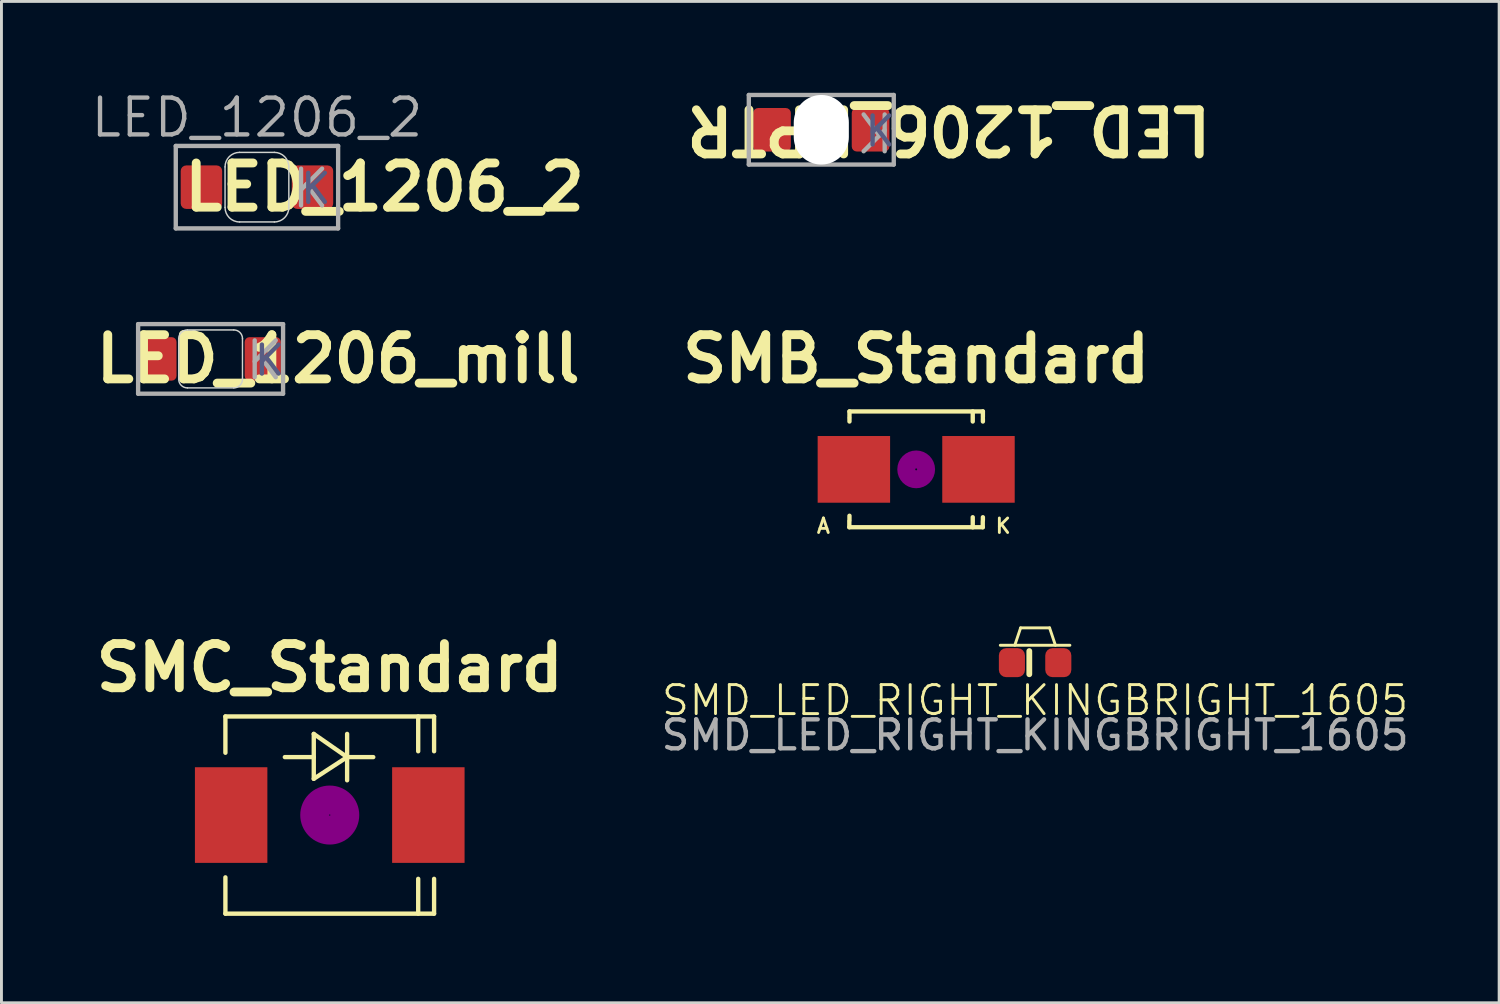
<source format=kicad_pcb>
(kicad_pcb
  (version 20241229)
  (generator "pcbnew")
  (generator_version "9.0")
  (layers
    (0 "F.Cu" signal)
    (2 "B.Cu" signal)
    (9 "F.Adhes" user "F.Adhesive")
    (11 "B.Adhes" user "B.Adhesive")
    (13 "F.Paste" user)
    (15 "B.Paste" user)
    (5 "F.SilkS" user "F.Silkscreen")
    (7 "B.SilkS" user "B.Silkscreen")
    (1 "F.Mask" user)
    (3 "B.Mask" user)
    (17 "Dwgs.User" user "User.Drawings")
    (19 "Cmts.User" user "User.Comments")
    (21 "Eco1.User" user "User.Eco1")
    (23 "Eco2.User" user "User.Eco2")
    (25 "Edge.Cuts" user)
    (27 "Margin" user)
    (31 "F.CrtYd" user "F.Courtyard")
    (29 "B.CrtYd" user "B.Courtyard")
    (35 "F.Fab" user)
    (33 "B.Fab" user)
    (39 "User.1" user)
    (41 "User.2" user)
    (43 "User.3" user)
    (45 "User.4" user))
  (footprint "LED_1206_KPTR"
    (layer "F.Cu")
    (at 25.279 1.426)
    (property "Reference" "LED_1206_KPTR" (at 4.4 0 180) (unlocked yes) (layer "F.SilkS") (effects (font (size 1.524 1.524) (thickness 0.305))))
    (attr smd)
    (fp_line (start -2.5 -1.2) (end 2.5 -1.2) (stroke (width 0.15) (type solid)) (layer "F.Fab"))
    (fp_line (start -2.5 1.2) (end -2.5 -1.2) (stroke (width 0.15) (type solid)) (layer "F.Fab"))
    (fp_line (start 2.5 -1.2) (end 2.5 1.2) (stroke (width 0.15) (type solid)) (layer "F.Fab"))
    (fp_line (start 2.5 1.2) (end -2.5 1.2) (stroke (width 0.15) (type solid)) (layer "F.Fab"))
    (fp_text user "K" (at 2.032 0.051 0) (unlocked yes) (layer "B.Fab") (effects (font (size 1 1) (thickness 0.15))))
    (fp_text user "K" (at 1.854 0.051 180) (unlocked yes) (layer "F.Fab") (effects (font (size 1.27 1.27) (thickness 0.15))))
    (pad "" np_thru_hole oval (at 0 0) (size 1.9 2.4) (drill oval 1.9 2.4) (layers "*.Cu" "*.Mask"))
    (pad "1" smd roundrect (at 1.7 0 180) (size 1.3 1.5) (layers "F.Cu" "F.Mask" "F.Paste") (roundrect_rratio 0.133))
    (pad "2" smd roundrect (at -1.7 0) (size 1.3 1.5) (layers "F.Cu" "F.Mask" "F.Paste") (roundrect_rratio 0.133)))
  (footprint "SMC_Standard"
    (layer "F.Cu")
    (at 8.324 25.064)
    (property "Reference" "SMC_Standard" (at 0 -5.08 0) (layer "F.SilkS") (effects (font (size 1.524 1.524) (thickness 0.305))))
    (attr smd)
    (fp_line (start -3.599 -3.401) (end -3.599 -2.149) (stroke (width 0.15) (type solid)) (layer "F.SilkS"))
    (fp_line (start -3.599 -3.401) (end 3.599 -3.401) (stroke (width 0.15) (type solid)) (layer "F.SilkS"))
    (fp_line (start -3.599 3.401) (end -3.599 2.149) (stroke (width 0.15) (type solid)) (layer "F.SilkS"))
    (fp_line (start -3.599 3.401) (end 3.599 3.401) (stroke (width 0.15) (type solid)) (layer "F.SilkS"))
    (fp_line (start -0.551 -1.999) (end -1.549 -1.999) (stroke (width 0.15) (type solid)) (layer "F.SilkS"))
    (fp_line (start -0.551 -1.25) (end -0.551 -2.799) (stroke (width 0.15) (type solid)) (layer "F.SilkS"))
    (fp_line (start 0.599 -2.799) (end 0.599 -1.199) (stroke (width 0.15) (type solid)) (layer "F.SilkS"))
    (fp_line (start 0.599 -1.999) (end -0.551 -2.799) (stroke (width 0.15) (type solid)) (layer "F.SilkS"))
    (fp_line (start 0.599 -1.999) (end -0.551 -1.25) (stroke (width 0.15) (type solid)) (layer "F.SilkS"))
    (fp_line (start 0.599 -1.999) (end 1.501 -1.999) (stroke (width 0.15) (type solid)) (layer "F.SilkS"))
    (fp_line (start 3.051 -3.401) (end 3.051 -2.2) (stroke (width 0.15) (type solid)) (layer "F.SilkS"))
    (fp_line (start 3.051 3.401) (end 3.051 2.2) (stroke (width 0.15) (type solid)) (layer "F.SilkS"))
    (fp_line (start 3.599 -3.401) (end 3.599 -2.2) (stroke (width 0.15) (type solid)) (layer "F.SilkS"))
    (fp_line (start 3.599 3.401) (end 3.599 2.2) (stroke (width 0.15) (type solid)) (layer "F.SilkS"))
    (fp_circle (center 0 0) (end 0.15 0.15) (stroke (width 0.381) (type solid)) (fill no) (layer "F.Adhes"))
    (fp_circle (center 0 0) (end 0.45 0.201) (stroke (width 0.381) (type solid)) (fill no) (layer "F.Adhes"))
    (fp_circle (center 0 0) (end 0.749 0.351) (stroke (width 0.381) (type solid)) (fill no) (layer "F.Adhes"))
    (pad "1" smd rect (at -3.401 0 90) (size 3.299 2.499) (layers "F.Cu" "F.Mask" "F.Paste"))
    (pad "2" smd rect (at 3.401 0 90) (size 3.299 2.499) (layers "F.Cu" "F.Mask" "F.Paste")))
  (footprint "LED_1206_2"
    (layer "F.Cu")
    (at 5.813 3.406)
    (property "Reference" "LED_1206_2" (at 4.4 0 180) (layer "F.SilkS") (effects (font (size 1.524 1.524) (thickness 0.305))))
    (attr smd)
    (fp_line (start -1.1 0.7) (end -1.1 -0.7) (stroke (width 0.05) (type solid)) (layer "Edge.Cuts"))
    (fp_line (start -0.6 -1.2) (end 0.6 -1.2) (stroke (width 0.05) (type solid)) (layer "Edge.Cuts"))
    (fp_line (start -0.6 1.2) (end 0.6 1.2) (stroke (width 0.05) (type solid)) (layer "Edge.Cuts"))
    (fp_line (start 1.1 0.7) (end 1.1 -0.7) (stroke (width 0.05) (type solid)) (layer "Edge.Cuts"))
    (fp_arc (start -1.1 -0.7) (mid -0.953553 -1.053553) (end -0.6 -1.2) (stroke (width 0.05) (type solid)) (layer "Edge.Cuts"))
    (fp_arc (start -0.6 1.2) (mid -0.953553 1.053553) (end -1.1 0.7) (stroke (width 0.05) (type solid)) (layer "Edge.Cuts"))
    (fp_arc (start 0.6 -1.2) (mid 0.953553 -1.053553) (end 1.1 -0.7) (stroke (width 0.05) (type solid)) (layer "Edge.Cuts"))
    (fp_arc (start 1.1 0.7) (mid 0.953553 1.053553) (end 0.6 1.2) (stroke (width 0.05) (type solid)) (layer "Edge.Cuts"))
    (fp_line (start -2.8 -1.422) (end 2.8 -1.422) (stroke (width 0.15) (type solid)) (layer "F.Fab"))
    (fp_line (start -2.8 1.422) (end -2.8 -1.422) (stroke (width 0.15) (type solid)) (layer "F.Fab"))
    (fp_line (start 2.8 -1.422) (end 2.8 1.422) (stroke (width 0.15) (type solid)) (layer "F.Fab"))
    (fp_line (start 2.8 1.422) (end -2.8 1.422) (stroke (width 0.15) (type solid)) (layer "F.Fab"))
    (fp_text user "K" (at 2.032 0.051 0) (unlocked yes) (layer "B.Fab") (effects (font (size 1 1) (thickness 0.15))))
    (fp_text user "${REFERENCE}" (at 0 -2.4 180) (layer "F.Fab") (effects (font (size 1.27 1.27) (thickness 0.15))))
    (fp_text user "K" (at 1.854 0.051 180) (layer "F.Fab") (effects (font (size 1.27 1.27) (thickness 0.15))))
    (pad "1" smd roundrect (at 1.915 0 180) (size 1.43 1.5) (layers "F.Cu" "F.Mask" "F.Paste") (roundrect_rratio 0.133))
    (pad "2" smd roundrect (at -1.915 0) (size 1.43 1.5) (layers "F.Cu" "F.Mask" "F.Paste") (roundrect_rratio 0.133)))
  (footprint "SMB_Standard"
    (layer "F.Cu")
    (at 28.552 13.14)
    (property "Reference" "SMB_Standard" (at 0 -3.81 0) (layer "F.SilkS") (effects (font (size 1.524 1.524) (thickness 0.305))))
    (attr smd)
    (fp_line (start -2.306 1.996) (end -2.306 1.798) (stroke (width 0.15) (type solid)) (layer "F.SilkS"))
    (fp_line (start -2.306 1.996) (end 2.296 1.996) (stroke (width 0.15) (type solid)) (layer "F.SilkS"))
    (fp_line (start -2.301 -1.999) (end -2.301 -1.801) (stroke (width 0.15) (type solid)) (layer "F.SilkS"))
    (fp_line (start -2.301 -1.999) (end 2.301 -1.999) (stroke (width 0.15) (type solid)) (layer "F.SilkS"))
    (fp_line (start -2.301 -1.75) (end -2.301 -1.651) (stroke (width 0.15) (type solid)) (layer "F.SilkS"))
    (fp_line (start -2.301 1.75) (end -2.301 1.6) (stroke (width 0.15) (type solid)) (layer "F.SilkS"))
    (fp_line (start 1.951 -1.999) (end 1.951 -1.801) (stroke (width 0.15) (type solid)) (layer "F.SilkS"))
    (fp_line (start 1.951 -1.75) (end 1.951 -1.651) (stroke (width 0.15) (type solid)) (layer "F.SilkS"))
    (fp_line (start 1.951 1.75) (end 1.951 1.651) (stroke (width 0.15) (type solid)) (layer "F.SilkS"))
    (fp_line (start 1.951 1.999) (end 1.951 1.801) (stroke (width 0.15) (type solid)) (layer "F.SilkS"))
    (fp_line (start 2.296 1.996) (end 2.296 1.798) (stroke (width 0.15) (type solid)) (layer "F.SilkS"))
    (fp_line (start 2.301 -1.999) (end 2.301 -1.801) (stroke (width 0.15) (type solid)) (layer "F.SilkS"))
    (fp_line (start 2.301 -1.75) (end 2.301 -1.651) (stroke (width 0.15) (type solid)) (layer "F.SilkS"))
    (fp_line (start 2.301 1.75) (end 2.301 1.651) (stroke (width 0.15) (type solid)) (layer "F.SilkS"))
    (fp_circle (center 0 0) (end 0.201 0.099) (stroke (width 0.381) (type solid)) (fill no) (layer "F.Adhes"))
    (fp_circle (center 0 0) (end 0.45 0.099) (stroke (width 0.381) (type solid)) (fill no) (layer "F.Adhes"))
    (fp_text user "A" (at -3.2 1.951 0) (layer "F.SilkS") (effects (font (size 0.5 0.5) (thickness 0.099))))
    (fp_text user "K" (at 3 1.951 0) (layer "F.SilkS") (effects (font (size 0.5 0.5) (thickness 0.099))))
    (pad "1" smd rect (at 2.149 0) (size 2.499 2.301) (layers "F.Cu" "F.Mask" "F.Paste"))
    (pad "2" smd rect (at -2.149 0) (size 2.499 2.301) (layers "F.Cu" "F.Mask" "F.Paste")))
  (footprint "LED_1206_mill"
    (layer "F.Cu")
    (at 4.214 9.33)
    (property "Reference" "LED_1206_mill" (at 4.4 0 180) (layer "F.SilkS") (effects (font (size 1.524 1.524) (thickness 0.305))))
    (attr smd)
    (fp_line (start -1.1 -0.7) (end -1.1 0.7) (stroke (width 0.05) (type default)) (layer "Edge.Cuts"))
    (fp_line (start -0.8 1) (end 0.8 1) (stroke (width 0.05) (type default)) (layer "Edge.Cuts"))
    (fp_line (start 0.8 -1) (end -0.8 -1) (stroke (width 0.05) (type default)) (layer "Edge.Cuts"))
    (fp_line (start 1.1 0.7) (end 1.1 -0.7) (stroke (width 0.05) (type default)) (layer "Edge.Cuts"))
    (fp_arc (start -1.1 -0.7) (mid -1.012132 -0.912132) (end -0.8 -1) (stroke (width 0.05) (type default)) (layer "Edge.Cuts"))
    (fp_arc (start -0.8 1) (mid -1.012132 0.912132) (end -1.1 0.7) (stroke (width 0.05) (type default)) (layer "Edge.Cuts"))
    (fp_arc (start 0.8 -1) (mid 1.012132 -0.912132) (end 1.1 -0.7) (stroke (width 0.05) (type default)) (layer "Edge.Cuts"))
    (fp_arc (start 1.1 0.7) (mid 1.012132 0.912132) (end 0.8 1) (stroke (width 0.05) (type default)) (layer "Edge.Cuts"))
    (fp_line (start -2.5 -1.2) (end 2.5 -1.2) (stroke (width 0.15) (type solid)) (layer "F.Fab"))
    (fp_line (start -2.5 1.2) (end -2.5 -1.2) (stroke (width 0.15) (type solid)) (layer "F.Fab"))
    (fp_line (start 2.5 -1.2) (end 2.5 1.2) (stroke (width 0.15) (type solid)) (layer "F.Fab"))
    (fp_line (start 2.5 1.2) (end -2.5 1.2) (stroke (width 0.15) (type solid)) (layer "F.Fab"))
    (fp_text user "K" (at 2.032 0.051 0) (unlocked yes) (layer "B.Fab") (effects (font (size 1 1) (thickness 0.15))))
    (fp_text user "K" (at 1.854 0.051 180) (layer "F.Fab") (effects (font (size 1.27 1.27) (thickness 0.15))))
    (pad "1" smd roundrect (at 1.8 0 180) (size 1.25 1.5) (layers "F.Cu" "F.Mask" "F.Paste") (roundrect_rratio 0.133))
    (pad "2" smd roundrect (at -1.8 0) (size 1.25 1.5) (layers "F.Cu" "F.Mask" "F.Paste") (roundrect_rratio 0.133)))
  (footprint "SMD_LED_RIGHT_KINGBRIGHT_1605"
    (layer "F.Cu")
    (at 32.654 19.807)
    (property "Reference" "SMD_LED_RIGHT_KINGBRIGHT_1605" (at 0 1.3 0) (unlocked yes) (layer "F.SilkS") (effects (font (size 1 1) (thickness 0.1))))
    (attr smd)
    (fp_line (start -1.2 -0.6) (end 1.2 -0.6) (stroke (width 0.1) (type default)) (layer "F.SilkS"))
    (fp_line (start -0.5 -1.2) (end -0.7 -0.6) (stroke (width 0.1) (type default)) (layer "F.SilkS"))
    (fp_line (start -0.2 0.4) (end -0.2 -0.4) (stroke (width 0.2) (type default)) (layer "F.SilkS"))
    (fp_line (start 0.5 -1.2) (end -0.5 -1.2) (stroke (width 0.1) (type default)) (layer "F.SilkS"))
    (fp_line (start 0.7 -0.6) (end 0.5 -1.2) (stroke (width 0.1) (type default)) (layer "F.SilkS"))
    (fp_text user "${REFERENCE}" (at 0 2.5 0) (unlocked yes) (layer "F.Fab") (effects (font (size 1 1) (thickness 0.15))))
    (pad "1" smd roundrect (at -0.8 0) (size 0.9 1) (layers "F.Cu" "F.Mask" "F.Paste") (roundrect_rratio 0.278))
    (pad "2" smd roundrect (at 0.8 0) (size 0.9 1) (layers "F.Cu" "F.Mask" "F.Paste") (roundrect_rratio 0.278)))
  (gr_rect
    (start -3 -3)
    (end 48.66 31.54)
    (stroke (width 0.1) (type default))
    (fill no)
    (layer "Edge.Cuts")))
</source>
